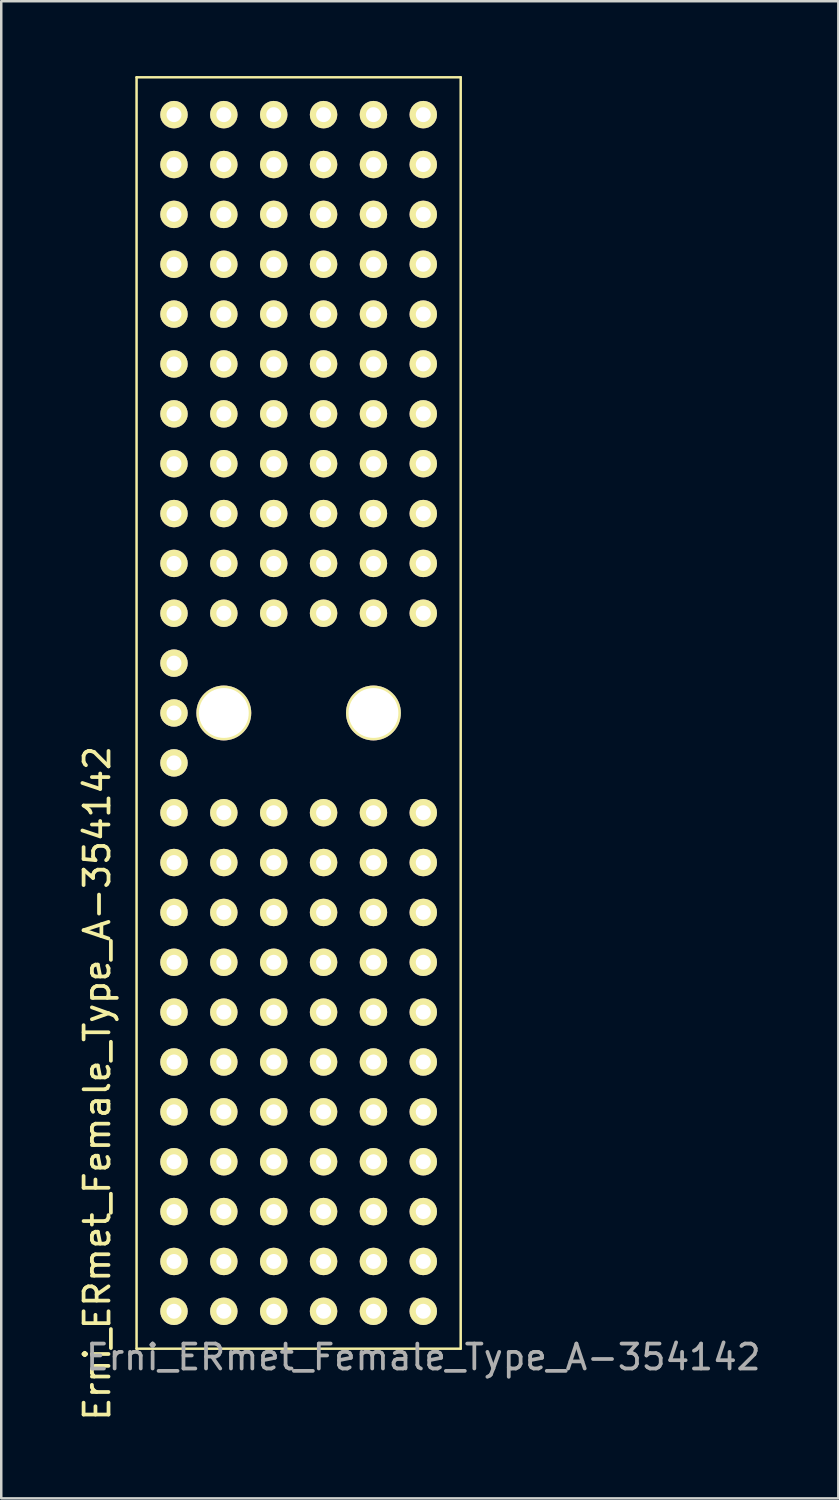
<source format=kicad_pcb>
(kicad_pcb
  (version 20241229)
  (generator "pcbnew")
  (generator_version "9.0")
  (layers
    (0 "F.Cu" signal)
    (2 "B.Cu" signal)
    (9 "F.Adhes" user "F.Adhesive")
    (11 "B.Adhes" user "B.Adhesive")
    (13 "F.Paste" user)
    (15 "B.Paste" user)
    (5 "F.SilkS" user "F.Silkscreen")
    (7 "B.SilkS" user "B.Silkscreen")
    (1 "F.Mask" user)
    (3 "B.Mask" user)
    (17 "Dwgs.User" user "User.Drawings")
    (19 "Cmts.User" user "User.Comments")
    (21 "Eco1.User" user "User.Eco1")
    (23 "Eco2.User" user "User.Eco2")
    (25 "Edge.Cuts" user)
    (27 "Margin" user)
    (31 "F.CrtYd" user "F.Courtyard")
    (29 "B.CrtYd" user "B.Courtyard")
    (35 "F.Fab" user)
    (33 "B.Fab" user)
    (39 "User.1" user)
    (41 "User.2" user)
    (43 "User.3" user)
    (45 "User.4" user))
  (footprint "Erni_ERmet_Female_Type_A-354142"
    (layer "F.Cu")
    (at 13.929 49.55)
    (property "Reference" "Erni_ERmet_Female_Type_A-354142" (at -13.081 -9.144 90) (layer "F.SilkS") (effects (font (size 1 1) (thickness 0.15))))
    (attr smd)
    (fp_line (start -11.501 -49.5) (end 1.501 -49.5) (stroke (width 0.1) (type solid)) (layer "F.SilkS"))
    (fp_line (start -11.501 1.501) (end -11.501 -49.5) (stroke (width 0.1) (type solid)) (layer "F.SilkS"))
    (fp_line (start 1.501 -49.5) (end 1.501 1.501) (stroke (width 0.1) (type solid)) (layer "F.SilkS"))
    (fp_line (start 1.501 1.501) (end -11.501 1.501) (stroke (width 0.1) (type solid)) (layer "F.SilkS"))
    (fp_text user "${REFERENCE}" (at 0 1.84 0) (layer "F.Fab") (effects (font (size 1 1) (thickness 0.15))))
    (pad "" np_thru_hole circle (at -8.001 -24) (size 2.2 2.2) (drill 1.999) (layers "*.Cu" "*.Mask" "F.SilkS"))
    (pad "" np_thru_hole circle (at -1.999 -24) (size 2.2 2.2) (drill 1.999) (layers "*.Cu" "*.Mask" "F.SilkS"))
    (pad "A1" thru_hole circle (at 0 0) (size 1.1 1.1) (drill 0.599) (layers "*.Cu" "*.Mask" "F.SilkS"))
    (pad "A2" thru_hole circle (at 0 -1.999) (size 1.1 1.1) (drill 0.599) (layers "*.Cu" "*.Mask" "F.SilkS"))
    (pad "A3" thru_hole circle (at 0 -4) (size 1.1 1.1) (drill 0.599) (layers "*.Cu" "*.Mask" "F.SilkS"))
    (pad "A4" thru_hole circle (at 0 -5.999) (size 1.1 1.1) (drill 0.599) (layers "*.Cu" "*.Mask" "F.SilkS"))
    (pad "A5" thru_hole circle (at 0 -8.001) (size 1.1 1.1) (drill 0.599) (layers "*.Cu" "*.Mask" "F.SilkS"))
    (pad "A6" thru_hole circle (at 0 -10) (size 1.1 1.1) (drill 0.599) (layers "*.Cu" "*.Mask" "F.SilkS"))
    (pad "A7" thru_hole circle (at 0 -11.999) (size 1.1 1.1) (drill 0.599) (layers "*.Cu" "*.Mask" "F.SilkS"))
    (pad "A8" thru_hole circle (at 0 -14) (size 1.1 1.1) (drill 0.599) (layers "*.Cu" "*.Mask" "F.SilkS"))
    (pad "A9" thru_hole circle (at 0 -15.999) (size 1.1 1.1) (drill 0.599) (layers "*.Cu" "*.Mask" "F.SilkS"))
    (pad "A10" thru_hole circle (at 0 -18.001) (size 1.1 1.1) (drill 0.599) (layers "*.Cu" "*.Mask" "F.SilkS"))
    (pad "A11" thru_hole circle (at 0 -20) (size 1.1 1.1) (drill 0.599) (layers "*.Cu" "*.Mask" "F.SilkS"))
    (pad "A15" thru_hole circle (at 0 -28.001) (size 1.1 1.1) (drill 0.599) (layers "*.Cu" "*.Mask" "F.SilkS"))
    (pad "A16" thru_hole circle (at 0 -30) (size 1.1 1.1) (drill 0.599) (layers "*.Cu" "*.Mask" "F.SilkS"))
    (pad "A17" thru_hole circle (at 0 -31.999) (size 1.1 1.1) (drill 0.599) (layers "*.Cu" "*.Mask" "F.SilkS"))
    (pad "A18" thru_hole circle (at 0 -34) (size 1.1 1.1) (drill 0.599) (layers "*.Cu" "*.Mask" "F.SilkS"))
    (pad "A19" thru_hole circle (at 0 -35.999) (size 1.1 1.1) (drill 0.599) (layers "*.Cu" "*.Mask" "F.SilkS"))
    (pad "A20" thru_hole circle (at 0 -38.001) (size 1.1 1.1) (drill 0.599) (layers "*.Cu" "*.Mask" "F.SilkS"))
    (pad "A21" thru_hole circle (at 0 -40) (size 1.1 1.1) (drill 0.599) (layers "*.Cu" "*.Mask" "F.SilkS"))
    (pad "A22" thru_hole circle (at 0 -41.999) (size 1.1 1.1) (drill 0.599) (layers "*.Cu" "*.Mask" "F.SilkS"))
    (pad "A23" thru_hole circle (at 0 -44) (size 1.1 1.1) (drill 0.599) (layers "*.Cu" "*.Mask" "F.SilkS"))
    (pad "A24" thru_hole circle (at 0 -45.999) (size 1.1 1.1) (drill 0.599) (layers "*.Cu" "*.Mask" "F.SilkS"))
    (pad "A25" thru_hole circle (at 0 -48.001) (size 1.1 1.1) (drill 0.599) (layers "*.Cu" "*.Mask" "F.SilkS"))
    (pad "B1" thru_hole circle (at -1.999 0) (size 1.1 1.1) (drill 0.599) (layers "*.Cu" "*.Mask" "F.SilkS"))
    (pad "B2" thru_hole circle (at -1.999 -1.999) (size 1.1 1.1) (drill 0.599) (layers "*.Cu" "*.Mask" "F.SilkS"))
    (pad "B3" thru_hole circle (at -1.999 -4) (size 1.1 1.1) (drill 0.599) (layers "*.Cu" "*.Mask" "F.SilkS"))
    (pad "B4" thru_hole circle (at -1.999 -5.999) (size 1.1 1.1) (drill 0.599) (layers "*.Cu" "*.Mask" "F.SilkS"))
    (pad "B5" thru_hole circle (at -1.999 -8.001) (size 1.1 1.1) (drill 0.599) (layers "*.Cu" "*.Mask" "F.SilkS"))
    (pad "B6" thru_hole circle (at -1.999 -10) (size 1.1 1.1) (drill 0.599) (layers "*.Cu" "*.Mask" "F.SilkS"))
    (pad "B7" thru_hole circle (at -1.999 -11.999) (size 1.1 1.1) (drill 0.599) (layers "*.Cu" "*.Mask" "F.SilkS"))
    (pad "B8" thru_hole circle (at -1.999 -14) (size 1.1 1.1) (drill 0.599) (layers "*.Cu" "*.Mask" "F.SilkS"))
    (pad "B9" thru_hole circle (at -1.999 -15.999) (size 1.1 1.1) (drill 0.599) (layers "*.Cu" "*.Mask" "F.SilkS"))
    (pad "B10" thru_hole circle (at -1.999 -18.001) (size 1.1 1.1) (drill 0.599) (layers "*.Cu" "*.Mask" "F.SilkS"))
    (pad "B11" thru_hole circle (at -1.999 -20) (size 1.1 1.1) (drill 0.599) (layers "*.Cu" "*.Mask" "F.SilkS"))
    (pad "B15" thru_hole circle (at -1.999 -28.001) (size 1.1 1.1) (drill 0.599) (layers "*.Cu" "*.Mask" "F.SilkS"))
    (pad "B16" thru_hole circle (at -1.999 -30) (size 1.1 1.1) (drill 0.599) (layers "*.Cu" "*.Mask" "F.SilkS"))
    (pad "B17" thru_hole circle (at -1.999 -31.999) (size 1.1 1.1) (drill 0.599) (layers "*.Cu" "*.Mask" "F.SilkS"))
    (pad "B18" thru_hole circle (at -1.999 -34) (size 1.1 1.1) (drill 0.599) (layers "*.Cu" "*.Mask" "F.SilkS"))
    (pad "B19" thru_hole circle (at -1.999 -35.999) (size 1.1 1.1) (drill 0.599) (layers "*.Cu" "*.Mask" "F.SilkS"))
    (pad "B20" thru_hole circle (at -1.999 -38.001) (size 1.1 1.1) (drill 0.599) (layers "*.Cu" "*.Mask" "F.SilkS"))
    (pad "B21" thru_hole circle (at -1.999 -40) (size 1.1 1.1) (drill 0.599) (layers "*.Cu" "*.Mask" "F.SilkS"))
    (pad "B22" thru_hole circle (at -1.999 -41.999) (size 1.1 1.1) (drill 0.599) (layers "*.Cu" "*.Mask" "F.SilkS"))
    (pad "B23" thru_hole circle (at -1.999 -44) (size 1.1 1.1) (drill 0.599) (layers "*.Cu" "*.Mask" "F.SilkS"))
    (pad "B24" thru_hole circle (at -1.999 -45.999) (size 1.1 1.1) (drill 0.599) (layers "*.Cu" "*.Mask" "F.SilkS"))
    (pad "B25" thru_hole circle (at -1.999 -48.001) (size 1.1 1.1) (drill 0.599) (layers "*.Cu" "*.Mask" "F.SilkS"))
    (pad "C1" thru_hole circle (at -4 0) (size 1.1 1.1) (drill 0.599) (layers "*.Cu" "*.Mask" "F.SilkS"))
    (pad "C2" thru_hole circle (at -4 -1.999) (size 1.1 1.1) (drill 0.599) (layers "*.Cu" "*.Mask" "F.SilkS"))
    (pad "C3" thru_hole circle (at -4 -4) (size 1.1 1.1) (drill 0.599) (layers "*.Cu" "*.Mask" "F.SilkS"))
    (pad "C4" thru_hole circle (at -4 -5.999) (size 1.1 1.1) (drill 0.599) (layers "*.Cu" "*.Mask" "F.SilkS"))
    (pad "C5" thru_hole circle (at -4 -8.001) (size 1.1 1.1) (drill 0.599) (layers "*.Cu" "*.Mask" "F.SilkS"))
    (pad "C6" thru_hole circle (at -4 -10) (size 1.1 1.1) (drill 0.599) (layers "*.Cu" "*.Mask" "F.SilkS"))
    (pad "C7" thru_hole circle (at -4 -11.999) (size 1.1 1.1) (drill 0.599) (layers "*.Cu" "*.Mask" "F.SilkS"))
    (pad "C8" thru_hole circle (at -4 -14) (size 1.1 1.1) (drill 0.599) (layers "*.Cu" "*.Mask" "F.SilkS"))
    (pad "C9" thru_hole circle (at -4 -15.999) (size 1.1 1.1) (drill 0.599) (layers "*.Cu" "*.Mask" "F.SilkS"))
    (pad "C10" thru_hole circle (at -4 -18.001) (size 1.1 1.1) (drill 0.599) (layers "*.Cu" "*.Mask" "F.SilkS"))
    (pad "C11" thru_hole circle (at -4 -20) (size 1.1 1.1) (drill 0.599) (layers "*.Cu" "*.Mask" "F.SilkS"))
    (pad "C15" thru_hole circle (at -4 -28.001) (size 1.1 1.1) (drill 0.599) (layers "*.Cu" "*.Mask" "F.SilkS"))
    (pad "C16" thru_hole circle (at -4 -30) (size 1.1 1.1) (drill 0.599) (layers "*.Cu" "*.Mask" "F.SilkS"))
    (pad "C17" thru_hole circle (at -4 -31.999) (size 1.1 1.1) (drill 0.599) (layers "*.Cu" "*.Mask" "F.SilkS"))
    (pad "C18" thru_hole circle (at -4 -34) (size 1.1 1.1) (drill 0.599) (layers "*.Cu" "*.Mask" "F.SilkS"))
    (pad "C19" thru_hole circle (at -4 -35.999) (size 1.1 1.1) (drill 0.599) (layers "*.Cu" "*.Mask" "F.SilkS"))
    (pad "C20" thru_hole circle (at -4 -38.001) (size 1.1 1.1) (drill 0.599) (layers "*.Cu" "*.Mask" "F.SilkS"))
    (pad "C21" thru_hole circle (at -4 -40) (size 1.1 1.1) (drill 0.599) (layers "*.Cu" "*.Mask" "F.SilkS"))
    (pad "C22" thru_hole circle (at -4 -41.999) (size 1.1 1.1) (drill 0.599) (layers "*.Cu" "*.Mask" "F.SilkS"))
    (pad "C23" thru_hole circle (at -4 -44) (size 1.1 1.1) (drill 0.599) (layers "*.Cu" "*.Mask" "F.SilkS"))
    (pad "C24" thru_hole circle (at -4 -45.999) (size 1.1 1.1) (drill 0.599) (layers "*.Cu" "*.Mask" "F.SilkS"))
    (pad "C25" thru_hole circle (at -4 -48.001) (size 1.1 1.1) (drill 0.599) (layers "*.Cu" "*.Mask" "F.SilkS"))
    (pad "D1" thru_hole circle (at -5.999 0) (size 1.1 1.1) (drill 0.599) (layers "*.Cu" "*.Mask" "F.SilkS"))
    (pad "D2" thru_hole circle (at -5.999 -1.999) (size 1.1 1.1) (drill 0.599) (layers "*.Cu" "*.Mask" "F.SilkS"))
    (pad "D3" thru_hole circle (at -5.999 -4) (size 1.1 1.1) (drill 0.599) (layers "*.Cu" "*.Mask" "F.SilkS"))
    (pad "D4" thru_hole circle (at -5.999 -5.999) (size 1.1 1.1) (drill 0.599) (layers "*.Cu" "*.Mask" "F.SilkS"))
    (pad "D5" thru_hole circle (at -5.999 -8.001) (size 1.1 1.1) (drill 0.599) (layers "*.Cu" "*.Mask" "F.SilkS"))
    (pad "D6" thru_hole circle (at -5.999 -10) (size 1.1 1.1) (drill 0.599) (layers "*.Cu" "*.Mask" "F.SilkS"))
    (pad "D7" thru_hole circle (at -5.999 -11.999) (size 1.1 1.1) (drill 0.599) (layers "*.Cu" "*.Mask" "F.SilkS"))
    (pad "D8" thru_hole circle (at -5.999 -14) (size 1.1 1.1) (drill 0.599) (layers "*.Cu" "*.Mask" "F.SilkS"))
    (pad "D9" thru_hole circle (at -5.999 -15.999) (size 1.1 1.1) (drill 0.599) (layers "*.Cu" "*.Mask" "F.SilkS"))
    (pad "D10" thru_hole circle (at -5.999 -18.001) (size 1.1 1.1) (drill 0.599) (layers "*.Cu" "*.Mask" "F.SilkS"))
    (pad "D11" thru_hole circle (at -5.999 -20) (size 1.1 1.1) (drill 0.599) (layers "*.Cu" "*.Mask" "F.SilkS"))
    (pad "D15" thru_hole circle (at -5.999 -28.001) (size 1.1 1.1) (drill 0.599) (layers "*.Cu" "*.Mask" "F.SilkS"))
    (pad "D16" thru_hole circle (at -5.999 -30) (size 1.1 1.1) (drill 0.599) (layers "*.Cu" "*.Mask" "F.SilkS"))
    (pad "D17" thru_hole circle (at -5.999 -31.999) (size 1.1 1.1) (drill 0.599) (layers "*.Cu" "*.Mask" "F.SilkS"))
    (pad "D18" thru_hole circle (at -5.999 -34) (size 1.1 1.1) (drill 0.599) (layers "*.Cu" "*.Mask" "F.SilkS"))
    (pad "D19" thru_hole circle (at -5.999 -35.999) (size 1.1 1.1) (drill 0.599) (layers "*.Cu" "*.Mask" "F.SilkS"))
    (pad "D20" thru_hole circle (at -5.999 -38.001) (size 1.1 1.1) (drill 0.599) (layers "*.Cu" "*.Mask" "F.SilkS"))
    (pad "D21" thru_hole circle (at -5.999 -40) (size 1.1 1.1) (drill 0.599) (layers "*.Cu" "*.Mask" "F.SilkS"))
    (pad "D22" thru_hole circle (at -5.999 -41.999) (size 1.1 1.1) (drill 0.599) (layers "*.Cu" "*.Mask" "F.SilkS"))
    (pad "D23" thru_hole circle (at -5.999 -44) (size 1.1 1.1) (drill 0.599) (layers "*.Cu" "*.Mask" "F.SilkS"))
    (pad "D24" thru_hole circle (at -5.999 -45.999) (size 1.1 1.1) (drill 0.599) (layers "*.Cu" "*.Mask" "F.SilkS"))
    (pad "D25" thru_hole circle (at -5.999 -48.001) (size 1.1 1.1) (drill 0.599) (layers "*.Cu" "*.Mask" "F.SilkS"))
    (pad "E1" thru_hole circle (at -8.001 0) (size 1.1 1.1) (drill 0.599) (layers "*.Cu" "*.Mask" "F.SilkS"))
    (pad "E2" thru_hole circle (at -8.001 -1.999) (size 1.1 1.1) (drill 0.599) (layers "*.Cu" "*.Mask" "F.SilkS"))
    (pad "E3" thru_hole circle (at -8.001 -4) (size 1.1 1.1) (drill 0.599) (layers "*.Cu" "*.Mask" "F.SilkS"))
    (pad "E4" thru_hole circle (at -8.001 -5.999) (size 1.1 1.1) (drill 0.599) (layers "*.Cu" "*.Mask" "F.SilkS"))
    (pad "E5" thru_hole circle (at -8.001 -8.001) (size 1.1 1.1) (drill 0.599) (layers "*.Cu" "*.Mask" "F.SilkS"))
    (pad "E6" thru_hole circle (at -8.001 -10) (size 1.1 1.1) (drill 0.599) (layers "*.Cu" "*.Mask" "F.SilkS"))
    (pad "E7" thru_hole circle (at -8.001 -11.999) (size 1.1 1.1) (drill 0.599) (layers "*.Cu" "*.Mask" "F.SilkS"))
    (pad "E8" thru_hole circle (at -8.001 -14) (size 1.1 1.1) (drill 0.599) (layers "*.Cu" "*.Mask" "F.SilkS"))
    (pad "E9" thru_hole circle (at -8.001 -15.999) (size 1.1 1.1) (drill 0.599) (layers "*.Cu" "*.Mask" "F.SilkS"))
    (pad "E10" thru_hole circle (at -8.001 -18.001) (size 1.1 1.1) (drill 0.599) (layers "*.Cu" "*.Mask" "F.SilkS"))
    (pad "E11" thru_hole circle (at -8.001 -20) (size 1.1 1.1) (drill 0.599) (layers "*.Cu" "*.Mask" "F.SilkS"))
    (pad "E15" thru_hole circle (at -8.001 -28.001) (size 1.1 1.1) (drill 0.599) (layers "*.Cu" "*.Mask" "F.SilkS"))
    (pad "E16" thru_hole circle (at -8.001 -30) (size 1.1 1.1) (drill 0.599) (layers "*.Cu" "*.Mask" "F.SilkS"))
    (pad "E17" thru_hole circle (at -8.001 -31.999) (size 1.1 1.1) (drill 0.599) (layers "*.Cu" "*.Mask" "F.SilkS"))
    (pad "E18" thru_hole circle (at -8.001 -34) (size 1.1 1.1) (drill 0.599) (layers "*.Cu" "*.Mask" "F.SilkS"))
    (pad "E19" thru_hole circle (at -8.001 -35.999) (size 1.1 1.1) (drill 0.599) (layers "*.Cu" "*.Mask" "F.SilkS"))
    (pad "E20" thru_hole circle (at -8.001 -38.001) (size 1.1 1.1) (drill 0.599) (layers "*.Cu" "*.Mask" "F.SilkS"))
    (pad "E21" thru_hole circle (at -8.001 -40) (size 1.1 1.1) (drill 0.599) (layers "*.Cu" "*.Mask" "F.SilkS"))
    (pad "E22" thru_hole circle (at -8.001 -41.999) (size 1.1 1.1) (drill 0.599) (layers "*.Cu" "*.Mask" "F.SilkS"))
    (pad "E23" thru_hole circle (at -8.001 -44) (size 1.1 1.1) (drill 0.599) (layers "*.Cu" "*.Mask" "F.SilkS"))
    (pad "E24" thru_hole circle (at -8.001 -45.999) (size 1.1 1.1) (drill 0.599) (layers "*.Cu" "*.Mask" "F.SilkS"))
    (pad "E25" thru_hole circle (at -8.001 -48.001) (size 1.1 1.1) (drill 0.599) (layers "*.Cu" "*.Mask" "F.SilkS"))
    (pad "F1" thru_hole circle (at -10 0) (size 1.1 1.1) (drill 0.599) (layers "*.Cu" "*.Mask" "F.SilkS"))
    (pad "F2" thru_hole circle (at -10 -1.999) (size 1.1 1.1) (drill 0.599) (layers "*.Cu" "*.Mask" "F.SilkS"))
    (pad "F3" thru_hole circle (at -10 -4) (size 1.1 1.1) (drill 0.599) (layers "*.Cu" "*.Mask" "F.SilkS"))
    (pad "F4" thru_hole circle (at -10 -5.999) (size 1.1 1.1) (drill 0.599) (layers "*.Cu" "*.Mask" "F.SilkS"))
    (pad "F5" thru_hole circle (at -10 -8.001) (size 1.1 1.1) (drill 0.599) (layers "*.Cu" "*.Mask" "F.SilkS"))
    (pad "F6" thru_hole circle (at -10 -10) (size 1.1 1.1) (drill 0.599) (layers "*.Cu" "*.Mask" "F.SilkS"))
    (pad "F7" thru_hole circle (at -10 -11.999) (size 1.1 1.1) (drill 0.599) (layers "*.Cu" "*.Mask" "F.SilkS"))
    (pad "F8" thru_hole circle (at -10 -14) (size 1.1 1.1) (drill 0.599) (layers "*.Cu" "*.Mask" "F.SilkS"))
    (pad "F9" thru_hole circle (at -10 -15.999) (size 1.1 1.1) (drill 0.599) (layers "*.Cu" "*.Mask" "F.SilkS"))
    (pad "F10" thru_hole circle (at -10 -18.001) (size 1.1 1.1) (drill 0.599) (layers "*.Cu" "*.Mask" "F.SilkS"))
    (pad "F11" thru_hole circle (at -10 -20) (size 1.1 1.1) (drill 0.599) (layers "*.Cu" "*.Mask" "F.SilkS"))
    (pad "F12" thru_hole circle (at -10 -21.999) (size 1.1 1.1) (drill 0.599) (layers "*.Cu" "*.Mask" "F.SilkS"))
    (pad "F13" thru_hole circle (at -10 -24) (size 1.1 1.1) (drill 0.599) (layers "*.Cu" "*.Mask" "F.SilkS"))
    (pad "F14" thru_hole circle (at -10 -25.999) (size 1.1 1.1) (drill 0.599) (layers "*.Cu" "*.Mask" "F.SilkS"))
    (pad "F15" thru_hole circle (at -10 -28.001) (size 1.1 1.1) (drill 0.599) (layers "*.Cu" "*.Mask" "F.SilkS"))
    (pad "F16" thru_hole circle (at -10 -30) (size 1.1 1.1) (drill 0.599) (layers "*.Cu" "*.Mask" "F.SilkS"))
    (pad "F17" thru_hole circle (at -10 -31.999) (size 1.1 1.1) (drill 0.599) (layers "*.Cu" "*.Mask" "F.SilkS"))
    (pad "F18" thru_hole circle (at -10 -34) (size 1.1 1.1) (drill 0.599) (layers "*.Cu" "*.Mask" "F.SilkS"))
    (pad "F19" thru_hole circle (at -10 -35.999) (size 1.1 1.1) (drill 0.599) (layers "*.Cu" "*.Mask" "F.SilkS"))
    (pad "F20" thru_hole circle (at -10 -38.001) (size 1.1 1.1) (drill 0.599) (layers "*.Cu" "*.Mask" "F.SilkS"))
    (pad "F21" thru_hole circle (at -10 -40) (size 1.1 1.1) (drill 0.599) (layers "*.Cu" "*.Mask" "F.SilkS"))
    (pad "F22" thru_hole circle (at -10 -41.999) (size 1.1 1.1) (drill 0.599) (layers "*.Cu" "*.Mask" "F.SilkS"))
    (pad "F23" thru_hole circle (at -10 -44) (size 1.1 1.1) (drill 0.599) (layers "*.Cu" "*.Mask" "F.SilkS"))
    (pad "F24" thru_hole circle (at -10 -45.999) (size 1.1 1.1) (drill 0.599) (layers "*.Cu" "*.Mask" "F.SilkS"))
    (pad "F25" thru_hole circle (at -10 -48.001) (size 1.1 1.1) (drill 0.599) (layers "*.Cu" "*.Mask" "F.SilkS")))
  (gr_rect
    (start -3 -3)
    (end 30.578 57.054)
    (stroke (width 0.1) (type default))
    (fill no)
    (layer "Edge.Cuts")))
</source>
